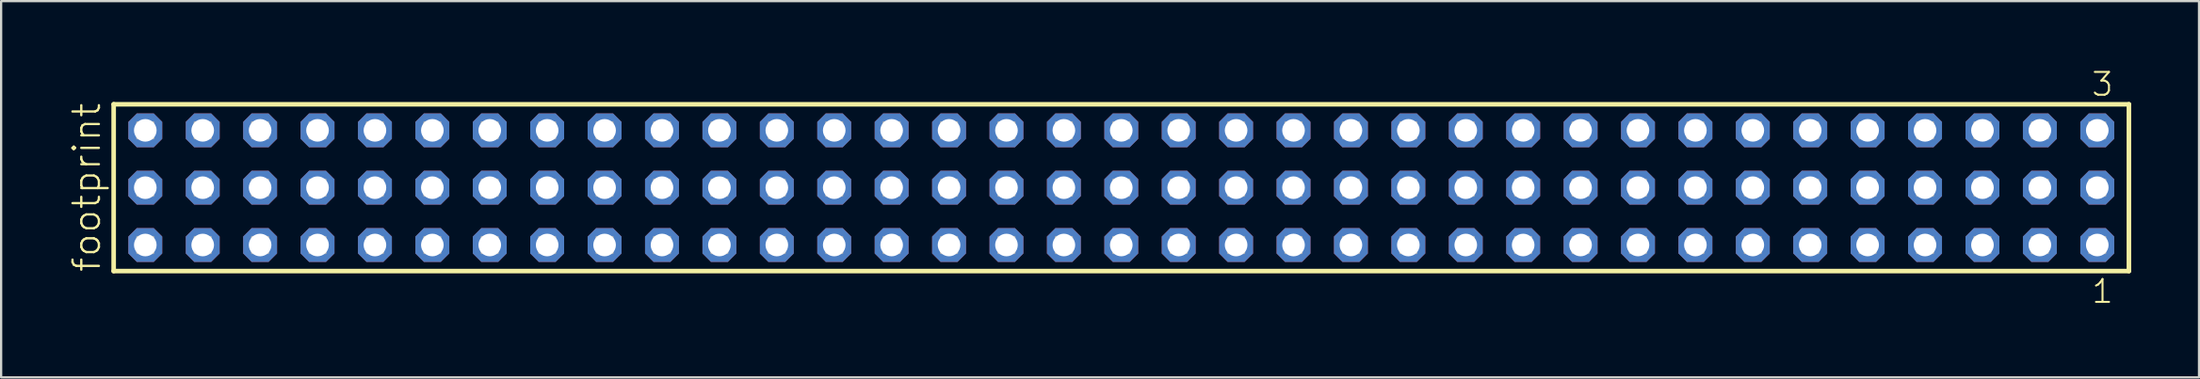
<source format=kicad_pcb>
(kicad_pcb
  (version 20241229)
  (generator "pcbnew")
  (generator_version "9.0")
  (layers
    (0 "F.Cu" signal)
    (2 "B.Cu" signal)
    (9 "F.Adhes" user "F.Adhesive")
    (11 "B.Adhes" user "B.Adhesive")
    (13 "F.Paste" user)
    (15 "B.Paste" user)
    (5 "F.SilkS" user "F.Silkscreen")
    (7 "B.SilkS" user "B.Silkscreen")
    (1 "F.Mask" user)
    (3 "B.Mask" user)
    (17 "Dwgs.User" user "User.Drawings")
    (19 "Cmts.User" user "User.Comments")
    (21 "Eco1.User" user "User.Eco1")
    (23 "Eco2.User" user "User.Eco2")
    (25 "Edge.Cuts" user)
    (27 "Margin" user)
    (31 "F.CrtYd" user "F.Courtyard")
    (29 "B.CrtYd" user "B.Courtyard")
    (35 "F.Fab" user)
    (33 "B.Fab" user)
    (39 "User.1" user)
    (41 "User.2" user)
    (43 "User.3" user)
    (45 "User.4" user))
  (footprint "footprint"
    (layer "F.Cu")
    (at 46.558 5.265)
    (property "Reference" "footprint" (at -45.085 3.81 90) (layer "F.SilkS") (effects (font (size 1.168 1.168) (thickness 0.102)) (justify left bottom)))
    (fp_line (start -44.579 -3.695) (end 44.579 -3.695) (stroke (width 0.203) (type solid)) (layer "F.SilkS"))
    (fp_line (start -44.579 3.695) (end -44.579 -3.695) (stroke (width 0.203) (type solid)) (layer "F.SilkS"))
    (fp_line (start 44.579 -3.695) (end 44.579 3.695) (stroke (width 0.203) (type solid)) (layer "F.SilkS"))
    (fp_line (start 44.579 3.695) (end -44.579 3.695) (stroke (width 0.203) (type solid)) (layer "F.SilkS"))
    (fp_poly (pts (xy -43.53 -2.19) (xy -42.83 -2.19) (xy -42.83 -2.89) (xy -43.53 -2.89)) (stroke (width 0.1) (type solid)) (fill no) (layer "F.Fab"))
    (fp_poly (pts (xy -43.53 0.35) (xy -42.83 0.35) (xy -42.83 -0.35) (xy -43.53 -0.35)) (stroke (width 0.1) (type solid)) (fill no) (layer "F.Fab"))
    (fp_poly (pts (xy -43.53 2.89) (xy -42.83 2.89) (xy -42.83 2.19) (xy -43.53 2.19)) (stroke (width 0.1) (type solid)) (fill no) (layer "F.Fab"))
    (fp_poly (pts (xy -40.99 -2.19) (xy -40.29 -2.19) (xy -40.29 -2.89) (xy -40.99 -2.89)) (stroke (width 0.1) (type solid)) (fill no) (layer "F.Fab"))
    (fp_poly (pts (xy -40.99 0.35) (xy -40.29 0.35) (xy -40.29 -0.35) (xy -40.99 -0.35)) (stroke (width 0.1) (type solid)) (fill no) (layer "F.Fab"))
    (fp_poly (pts (xy -40.99 2.89) (xy -40.29 2.89) (xy -40.29 2.19) (xy -40.99 2.19)) (stroke (width 0.1) (type solid)) (fill no) (layer "F.Fab"))
    (fp_poly (pts (xy -38.45 -2.19) (xy -37.75 -2.19) (xy -37.75 -2.89) (xy -38.45 -2.89)) (stroke (width 0.1) (type solid)) (fill no) (layer "F.Fab"))
    (fp_poly (pts (xy -38.45 0.35) (xy -37.75 0.35) (xy -37.75 -0.35) (xy -38.45 -0.35)) (stroke (width 0.1) (type solid)) (fill no) (layer "F.Fab"))
    (fp_poly (pts (xy -38.45 2.89) (xy -37.75 2.89) (xy -37.75 2.19) (xy -38.45 2.19)) (stroke (width 0.1) (type solid)) (fill no) (layer "F.Fab"))
    (fp_poly (pts (xy -35.91 -2.19) (xy -35.21 -2.19) (xy -35.21 -2.89) (xy -35.91 -2.89)) (stroke (width 0.1) (type solid)) (fill no) (layer "F.Fab"))
    (fp_poly (pts (xy -35.91 0.35) (xy -35.21 0.35) (xy -35.21 -0.35) (xy -35.91 -0.35)) (stroke (width 0.1) (type solid)) (fill no) (layer "F.Fab"))
    (fp_poly (pts (xy -35.91 2.89) (xy -35.21 2.89) (xy -35.21 2.19) (xy -35.91 2.19)) (stroke (width 0.1) (type solid)) (fill no) (layer "F.Fab"))
    (fp_poly (pts (xy -33.37 -2.19) (xy -32.67 -2.19) (xy -32.67 -2.89) (xy -33.37 -2.89)) (stroke (width 0.1) (type solid)) (fill no) (layer "F.Fab"))
    (fp_poly (pts (xy -33.37 0.35) (xy -32.67 0.35) (xy -32.67 -0.35) (xy -33.37 -0.35)) (stroke (width 0.1) (type solid)) (fill no) (layer "F.Fab"))
    (fp_poly (pts (xy -33.37 2.89) (xy -32.67 2.89) (xy -32.67 2.19) (xy -33.37 2.19)) (stroke (width 0.1) (type solid)) (fill no) (layer "F.Fab"))
    (fp_poly (pts (xy -30.83 -2.19) (xy -30.13 -2.19) (xy -30.13 -2.89) (xy -30.83 -2.89)) (stroke (width 0.1) (type solid)) (fill no) (layer "F.Fab"))
    (fp_poly (pts (xy -30.83 0.35) (xy -30.13 0.35) (xy -30.13 -0.35) (xy -30.83 -0.35)) (stroke (width 0.1) (type solid)) (fill no) (layer "F.Fab"))
    (fp_poly (pts (xy -30.83 2.89) (xy -30.13 2.89) (xy -30.13 2.19) (xy -30.83 2.19)) (stroke (width 0.1) (type solid)) (fill no) (layer "F.Fab"))
    (fp_poly (pts (xy -28.29 -2.19) (xy -27.59 -2.19) (xy -27.59 -2.89) (xy -28.29 -2.89)) (stroke (width 0.1) (type solid)) (fill no) (layer "F.Fab"))
    (fp_poly (pts (xy -28.29 0.35) (xy -27.59 0.35) (xy -27.59 -0.35) (xy -28.29 -0.35)) (stroke (width 0.1) (type solid)) (fill no) (layer "F.Fab"))
    (fp_poly (pts (xy -28.29 2.89) (xy -27.59 2.89) (xy -27.59 2.19) (xy -28.29 2.19)) (stroke (width 0.1) (type solid)) (fill no) (layer "F.Fab"))
    (fp_poly (pts (xy -25.75 -2.19) (xy -25.05 -2.19) (xy -25.05 -2.89) (xy -25.75 -2.89)) (stroke (width 0.1) (type solid)) (fill no) (layer "F.Fab"))
    (fp_poly (pts (xy -25.75 0.35) (xy -25.05 0.35) (xy -25.05 -0.35) (xy -25.75 -0.35)) (stroke (width 0.1) (type solid)) (fill no) (layer "F.Fab"))
    (fp_poly (pts (xy -25.75 2.89) (xy -25.05 2.89) (xy -25.05 2.19) (xy -25.75 2.19)) (stroke (width 0.1) (type solid)) (fill no) (layer "F.Fab"))
    (fp_poly (pts (xy -23.21 -2.19) (xy -22.51 -2.19) (xy -22.51 -2.89) (xy -23.21 -2.89)) (stroke (width 0.1) (type solid)) (fill no) (layer "F.Fab"))
    (fp_poly (pts (xy -23.21 0.35) (xy -22.51 0.35) (xy -22.51 -0.35) (xy -23.21 -0.35)) (stroke (width 0.1) (type solid)) (fill no) (layer "F.Fab"))
    (fp_poly (pts (xy -23.21 2.89) (xy -22.51 2.89) (xy -22.51 2.19) (xy -23.21 2.19)) (stroke (width 0.1) (type solid)) (fill no) (layer "F.Fab"))
    (fp_poly (pts (xy -20.67 -2.19) (xy -19.97 -2.19) (xy -19.97 -2.89) (xy -20.67 -2.89)) (stroke (width 0.1) (type solid)) (fill no) (layer "F.Fab"))
    (fp_poly (pts (xy -20.67 0.35) (xy -19.97 0.35) (xy -19.97 -0.35) (xy -20.67 -0.35)) (stroke (width 0.1) (type solid)) (fill no) (layer "F.Fab"))
    (fp_poly (pts (xy -20.67 2.89) (xy -19.97 2.89) (xy -19.97 2.19) (xy -20.67 2.19)) (stroke (width 0.1) (type solid)) (fill no) (layer "F.Fab"))
    (fp_poly (pts (xy -18.13 -2.19) (xy -17.43 -2.19) (xy -17.43 -2.89) (xy -18.13 -2.89)) (stroke (width 0.1) (type solid)) (fill no) (layer "F.Fab"))
    (fp_poly (pts (xy -18.13 0.35) (xy -17.43 0.35) (xy -17.43 -0.35) (xy -18.13 -0.35)) (stroke (width 0.1) (type solid)) (fill no) (layer "F.Fab"))
    (fp_poly (pts (xy -18.13 2.89) (xy -17.43 2.89) (xy -17.43 2.19) (xy -18.13 2.19)) (stroke (width 0.1) (type solid)) (fill no) (layer "F.Fab"))
    (fp_poly (pts (xy -15.59 -2.19) (xy -14.89 -2.19) (xy -14.89 -2.89) (xy -15.59 -2.89)) (stroke (width 0.1) (type solid)) (fill no) (layer "F.Fab"))
    (fp_poly (pts (xy -15.59 0.35) (xy -14.89 0.35) (xy -14.89 -0.35) (xy -15.59 -0.35)) (stroke (width 0.1) (type solid)) (fill no) (layer "F.Fab"))
    (fp_poly (pts (xy -15.59 2.89) (xy -14.89 2.89) (xy -14.89 2.19) (xy -15.59 2.19)) (stroke (width 0.1) (type solid)) (fill no) (layer "F.Fab"))
    (fp_poly (pts (xy -13.05 -2.19) (xy -12.35 -2.19) (xy -12.35 -2.89) (xy -13.05 -2.89)) (stroke (width 0.1) (type solid)) (fill no) (layer "F.Fab"))
    (fp_poly (pts (xy -13.05 0.35) (xy -12.35 0.35) (xy -12.35 -0.35) (xy -13.05 -0.35)) (stroke (width 0.1) (type solid)) (fill no) (layer "F.Fab"))
    (fp_poly (pts (xy -13.05 2.89) (xy -12.35 2.89) (xy -12.35 2.19) (xy -13.05 2.19)) (stroke (width 0.1) (type solid)) (fill no) (layer "F.Fab"))
    (fp_poly (pts (xy -10.51 -2.19) (xy -9.81 -2.19) (xy -9.81 -2.89) (xy -10.51 -2.89)) (stroke (width 0.1) (type solid)) (fill no) (layer "F.Fab"))
    (fp_poly (pts (xy -10.51 0.35) (xy -9.81 0.35) (xy -9.81 -0.35) (xy -10.51 -0.35)) (stroke (width 0.1) (type solid)) (fill no) (layer "F.Fab"))
    (fp_poly (pts (xy -10.51 2.89) (xy -9.81 2.89) (xy -9.81 2.19) (xy -10.51 2.19)) (stroke (width 0.1) (type solid)) (fill no) (layer "F.Fab"))
    (fp_poly (pts (xy -7.97 -2.19) (xy -7.27 -2.19) (xy -7.27 -2.89) (xy -7.97 -2.89)) (stroke (width 0.1) (type solid)) (fill no) (layer "F.Fab"))
    (fp_poly (pts (xy -7.97 0.35) (xy -7.27 0.35) (xy -7.27 -0.35) (xy -7.97 -0.35)) (stroke (width 0.1) (type solid)) (fill no) (layer "F.Fab"))
    (fp_poly (pts (xy -7.97 2.89) (xy -7.27 2.89) (xy -7.27 2.19) (xy -7.97 2.19)) (stroke (width 0.1) (type solid)) (fill no) (layer "F.Fab"))
    (fp_poly (pts (xy -5.43 -2.19) (xy -4.73 -2.19) (xy -4.73 -2.89) (xy -5.43 -2.89)) (stroke (width 0.1) (type solid)) (fill no) (layer "F.Fab"))
    (fp_poly (pts (xy -5.43 0.35) (xy -4.73 0.35) (xy -4.73 -0.35) (xy -5.43 -0.35)) (stroke (width 0.1) (type solid)) (fill no) (layer "F.Fab"))
    (fp_poly (pts (xy -5.43 2.89) (xy -4.73 2.89) (xy -4.73 2.19) (xy -5.43 2.19)) (stroke (width 0.1) (type solid)) (fill no) (layer "F.Fab"))
    (fp_poly (pts (xy -2.89 -2.19) (xy -2.19 -2.19) (xy -2.19 -2.89) (xy -2.89 -2.89)) (stroke (width 0.1) (type solid)) (fill no) (layer "F.Fab"))
    (fp_poly (pts (xy -2.89 0.35) (xy -2.19 0.35) (xy -2.19 -0.35) (xy -2.89 -0.35)) (stroke (width 0.1) (type solid)) (fill no) (layer "F.Fab"))
    (fp_poly (pts (xy -2.89 2.89) (xy -2.19 2.89) (xy -2.19 2.19) (xy -2.89 2.19)) (stroke (width 0.1) (type solid)) (fill no) (layer "F.Fab"))
    (fp_poly (pts (xy -0.35 -2.19) (xy 0.35 -2.19) (xy 0.35 -2.89) (xy -0.35 -2.89)) (stroke (width 0.1) (type solid)) (fill no) (layer "F.Fab"))
    (fp_poly (pts (xy -0.35 0.35) (xy 0.35 0.35) (xy 0.35 -0.35) (xy -0.35 -0.35)) (stroke (width 0.1) (type solid)) (fill no) (layer "F.Fab"))
    (fp_poly (pts (xy -0.35 2.89) (xy 0.35 2.89) (xy 0.35 2.19) (xy -0.35 2.19)) (stroke (width 0.1) (type solid)) (fill no) (layer "F.Fab"))
    (fp_poly (pts (xy 2.19 -2.19) (xy 2.89 -2.19) (xy 2.89 -2.89) (xy 2.19 -2.89)) (stroke (width 0.1) (type solid)) (fill no) (layer "F.Fab"))
    (fp_poly (pts (xy 2.19 0.35) (xy 2.89 0.35) (xy 2.89 -0.35) (xy 2.19 -0.35)) (stroke (width 0.1) (type solid)) (fill no) (layer "F.Fab"))
    (fp_poly (pts (xy 2.19 2.89) (xy 2.89 2.89) (xy 2.89 2.19) (xy 2.19 2.19)) (stroke (width 0.1) (type solid)) (fill no) (layer "F.Fab"))
    (fp_poly (pts (xy 4.73 -2.19) (xy 5.43 -2.19) (xy 5.43 -2.89) (xy 4.73 -2.89)) (stroke (width 0.1) (type solid)) (fill no) (layer "F.Fab"))
    (fp_poly (pts (xy 4.73 0.35) (xy 5.43 0.35) (xy 5.43 -0.35) (xy 4.73 -0.35)) (stroke (width 0.1) (type solid)) (fill no) (layer "F.Fab"))
    (fp_poly (pts (xy 4.73 2.89) (xy 5.43 2.89) (xy 5.43 2.19) (xy 4.73 2.19)) (stroke (width 0.1) (type solid)) (fill no) (layer "F.Fab"))
    (fp_poly (pts (xy 7.27 -2.19) (xy 7.97 -2.19) (xy 7.97 -2.89) (xy 7.27 -2.89)) (stroke (width 0.1) (type solid)) (fill no) (layer "F.Fab"))
    (fp_poly (pts (xy 7.27 0.35) (xy 7.97 0.35) (xy 7.97 -0.35) (xy 7.27 -0.35)) (stroke (width 0.1) (type solid)) (fill no) (layer "F.Fab"))
    (fp_poly (pts (xy 7.27 2.89) (xy 7.97 2.89) (xy 7.97 2.19) (xy 7.27 2.19)) (stroke (width 0.1) (type solid)) (fill no) (layer "F.Fab"))
    (fp_poly (pts (xy 9.81 -2.19) (xy 10.51 -2.19) (xy 10.51 -2.89) (xy 9.81 -2.89)) (stroke (width 0.1) (type solid)) (fill no) (layer "F.Fab"))
    (fp_poly (pts (xy 9.81 0.35) (xy 10.51 0.35) (xy 10.51 -0.35) (xy 9.81 -0.35)) (stroke (width 0.1) (type solid)) (fill no) (layer "F.Fab"))
    (fp_poly (pts (xy 9.81 2.89) (xy 10.51 2.89) (xy 10.51 2.19) (xy 9.81 2.19)) (stroke (width 0.1) (type solid)) (fill no) (layer "F.Fab"))
    (fp_poly (pts (xy 12.35 -2.19) (xy 13.05 -2.19) (xy 13.05 -2.89) (xy 12.35 -2.89)) (stroke (width 0.1) (type solid)) (fill no) (layer "F.Fab"))
    (fp_poly (pts (xy 12.35 0.35) (xy 13.05 0.35) (xy 13.05 -0.35) (xy 12.35 -0.35)) (stroke (width 0.1) (type solid)) (fill no) (layer "F.Fab"))
    (fp_poly (pts (xy 12.35 2.89) (xy 13.05 2.89) (xy 13.05 2.19) (xy 12.35 2.19)) (stroke (width 0.1) (type solid)) (fill no) (layer "F.Fab"))
    (fp_poly (pts (xy 14.89 -2.19) (xy 15.59 -2.19) (xy 15.59 -2.89) (xy 14.89 -2.89)) (stroke (width 0.1) (type solid)) (fill no) (layer "F.Fab"))
    (fp_poly (pts (xy 14.89 0.35) (xy 15.59 0.35) (xy 15.59 -0.35) (xy 14.89 -0.35)) (stroke (width 0.1) (type solid)) (fill no) (layer "F.Fab"))
    (fp_poly (pts (xy 14.89 2.89) (xy 15.59 2.89) (xy 15.59 2.19) (xy 14.89 2.19)) (stroke (width 0.1) (type solid)) (fill no) (layer "F.Fab"))
    (fp_poly (pts (xy 17.43 -2.19) (xy 18.13 -2.19) (xy 18.13 -2.89) (xy 17.43 -2.89)) (stroke (width 0.1) (type solid)) (fill no) (layer "F.Fab"))
    (fp_poly (pts (xy 17.43 0.35) (xy 18.13 0.35) (xy 18.13 -0.35) (xy 17.43 -0.35)) (stroke (width 0.1) (type solid)) (fill no) (layer "F.Fab"))
    (fp_poly (pts (xy 17.43 2.89) (xy 18.13 2.89) (xy 18.13 2.19) (xy 17.43 2.19)) (stroke (width 0.1) (type solid)) (fill no) (layer "F.Fab"))
    (fp_poly (pts (xy 19.97 -2.19) (xy 20.67 -2.19) (xy 20.67 -2.89) (xy 19.97 -2.89)) (stroke (width 0.1) (type solid)) (fill no) (layer "F.Fab"))
    (fp_poly (pts (xy 19.97 0.35) (xy 20.67 0.35) (xy 20.67 -0.35) (xy 19.97 -0.35)) (stroke (width 0.1) (type solid)) (fill no) (layer "F.Fab"))
    (fp_poly (pts (xy 19.97 2.89) (xy 20.67 2.89) (xy 20.67 2.19) (xy 19.97 2.19)) (stroke (width 0.1) (type solid)) (fill no) (layer "F.Fab"))
    (fp_poly (pts (xy 22.51 -2.19) (xy 23.21 -2.19) (xy 23.21 -2.89) (xy 22.51 -2.89)) (stroke (width 0.1) (type solid)) (fill no) (layer "F.Fab"))
    (fp_poly (pts (xy 22.51 0.35) (xy 23.21 0.35) (xy 23.21 -0.35) (xy 22.51 -0.35)) (stroke (width 0.1) (type solid)) (fill no) (layer "F.Fab"))
    (fp_poly (pts (xy 22.51 2.89) (xy 23.21 2.89) (xy 23.21 2.19) (xy 22.51 2.19)) (stroke (width 0.1) (type solid)) (fill no) (layer "F.Fab"))
    (fp_poly (pts (xy 25.05 -2.19) (xy 25.75 -2.19) (xy 25.75 -2.89) (xy 25.05 -2.89)) (stroke (width 0.1) (type solid)) (fill no) (layer "F.Fab"))
    (fp_poly (pts (xy 25.05 0.35) (xy 25.75 0.35) (xy 25.75 -0.35) (xy 25.05 -0.35)) (stroke (width 0.1) (type solid)) (fill no) (layer "F.Fab"))
    (fp_poly (pts (xy 25.05 2.89) (xy 25.75 2.89) (xy 25.75 2.19) (xy 25.05 2.19)) (stroke (width 0.1) (type solid)) (fill no) (layer "F.Fab"))
    (fp_poly (pts (xy 27.59 -2.19) (xy 28.29 -2.19) (xy 28.29 -2.89) (xy 27.59 -2.89)) (stroke (width 0.1) (type solid)) (fill no) (layer "F.Fab"))
    (fp_poly (pts (xy 27.59 0.35) (xy 28.29 0.35) (xy 28.29 -0.35) (xy 27.59 -0.35)) (stroke (width 0.1) (type solid)) (fill no) (layer "F.Fab"))
    (fp_poly (pts (xy 27.59 2.89) (xy 28.29 2.89) (xy 28.29 2.19) (xy 27.59 2.19)) (stroke (width 0.1) (type solid)) (fill no) (layer "F.Fab"))
    (fp_poly (pts (xy 30.13 -2.19) (xy 30.83 -2.19) (xy 30.83 -2.89) (xy 30.13 -2.89)) (stroke (width 0.1) (type solid)) (fill no) (layer "F.Fab"))
    (fp_poly (pts (xy 30.13 0.35) (xy 30.83 0.35) (xy 30.83 -0.35) (xy 30.13 -0.35)) (stroke (width 0.1) (type solid)) (fill no) (layer "F.Fab"))
    (fp_poly (pts (xy 30.13 2.89) (xy 30.83 2.89) (xy 30.83 2.19) (xy 30.13 2.19)) (stroke (width 0.1) (type solid)) (fill no) (layer "F.Fab"))
    (fp_poly (pts (xy 32.67 -2.19) (xy 33.37 -2.19) (xy 33.37 -2.89) (xy 32.67 -2.89)) (stroke (width 0.1) (type solid)) (fill no) (layer "F.Fab"))
    (fp_poly (pts (xy 32.67 0.35) (xy 33.37 0.35) (xy 33.37 -0.35) (xy 32.67 -0.35)) (stroke (width 0.1) (type solid)) (fill no) (layer "F.Fab"))
    (fp_poly (pts (xy 32.67 2.89) (xy 33.37 2.89) (xy 33.37 2.19) (xy 32.67 2.19)) (stroke (width 0.1) (type solid)) (fill no) (layer "F.Fab"))
    (fp_poly (pts (xy 35.21 -2.19) (xy 35.91 -2.19) (xy 35.91 -2.89) (xy 35.21 -2.89)) (stroke (width 0.1) (type solid)) (fill no) (layer "F.Fab"))
    (fp_poly (pts (xy 35.21 0.35) (xy 35.91 0.35) (xy 35.91 -0.35) (xy 35.21 -0.35)) (stroke (width 0.1) (type solid)) (fill no) (layer "F.Fab"))
    (fp_poly (pts (xy 35.21 2.89) (xy 35.91 2.89) (xy 35.91 2.19) (xy 35.21 2.19)) (stroke (width 0.1) (type solid)) (fill no) (layer "F.Fab"))
    (fp_poly (pts (xy 37.75 -2.19) (xy 38.45 -2.19) (xy 38.45 -2.89) (xy 37.75 -2.89)) (stroke (width 0.1) (type solid)) (fill no) (layer "F.Fab"))
    (fp_poly (pts (xy 37.75 0.35) (xy 38.45 0.35) (xy 38.45 -0.35) (xy 37.75 -0.35)) (stroke (width 0.1) (type solid)) (fill no) (layer "F.Fab"))
    (fp_poly (pts (xy 37.75 2.89) (xy 38.45 2.89) (xy 38.45 2.19) (xy 37.75 2.19)) (stroke (width 0.1) (type solid)) (fill no) (layer "F.Fab"))
    (fp_poly (pts (xy 40.29 -2.19) (xy 40.99 -2.19) (xy 40.99 -2.89) (xy 40.29 -2.89)) (stroke (width 0.1) (type solid)) (fill no) (layer "F.Fab"))
    (fp_poly (pts (xy 40.29 0.35) (xy 40.99 0.35) (xy 40.99 -0.35) (xy 40.29 -0.35)) (stroke (width 0.1) (type solid)) (fill no) (layer "F.Fab"))
    (fp_poly (pts (xy 40.29 2.89) (xy 40.99 2.89) (xy 40.99 2.19) (xy 40.29 2.19)) (stroke (width 0.1) (type solid)) (fill no) (layer "F.Fab"))
    (fp_poly (pts (xy 42.83 -2.19) (xy 43.53 -2.19) (xy 43.53 -2.89) (xy 42.83 -2.89)) (stroke (width 0.1) (type solid)) (fill no) (layer "F.Fab"))
    (fp_poly (pts (xy 42.83 0.35) (xy 43.53 0.35) (xy 43.53 -0.35) (xy 42.83 -0.35)) (stroke (width 0.1) (type solid)) (fill no) (layer "F.Fab"))
    (fp_poly (pts (xy 42.83 2.89) (xy 43.53 2.89) (xy 43.53 2.19) (xy 42.83 2.19)) (stroke (width 0.1) (type solid)) (fill no) (layer "F.Fab"))
    (fp_text user "3" (at 42.868 -3.989 0) (layer "F.SilkS") (effects (font (size 1.012 1.012) (thickness 0.088)) (justify left bottom)))
    (fp_text user "1" (at 42.872 5.188 0) (layer "F.SilkS") (effects (font (size 1.012 1.012) (thickness 0.088)) (justify left bottom)))
    (pad "1" thru_hole roundrect (at 43.18 2.54 180) (size 1.5 1.5) (drill 1) (layers "*.Cu" "*.Mask") (roundrect_rratio 0.25) (chamfer_ratio 0.25) (chamfer top_left top_right bottom_left bottom_right))
    (pad "2" thru_hole roundrect (at 43.18 0 180) (size 1.5 1.5) (drill 1) (layers "*.Cu" "*.Mask") (roundrect_rratio 0.25) (chamfer_ratio 0.25) (chamfer top_left top_right bottom_left bottom_right))
    (pad "3" thru_hole roundrect (at 43.18 -2.54 180) (size 1.5 1.5) (drill 1) (layers "*.Cu" "*.Mask") (roundrect_rratio 0.25) (chamfer_ratio 0.25) (chamfer top_left top_right bottom_left bottom_right))
    (pad "4" thru_hole roundrect (at 40.64 2.54 180) (size 1.5 1.5) (drill 1) (layers "*.Cu" "*.Mask") (roundrect_rratio 0.25) (chamfer_ratio 0.25) (chamfer top_left top_right bottom_left bottom_right))
    (pad "5" thru_hole roundrect (at 40.64 0 180) (size 1.5 1.5) (drill 1) (layers "*.Cu" "*.Mask") (roundrect_rratio 0.25) (chamfer_ratio 0.25) (chamfer top_left top_right bottom_left bottom_right))
    (pad "6" thru_hole roundrect (at 40.64 -2.54 180) (size 1.5 1.5) (drill 1) (layers "*.Cu" "*.Mask") (roundrect_rratio 0.25) (chamfer_ratio 0.25) (chamfer top_left top_right bottom_left bottom_right))
    (pad "7" thru_hole roundrect (at 38.1 2.54 180) (size 1.5 1.5) (drill 1) (layers "*.Cu" "*.Mask") (roundrect_rratio 0.25) (chamfer_ratio 0.25) (chamfer top_left top_right bottom_left bottom_right))
    (pad "8" thru_hole roundrect (at 38.1 0 180) (size 1.5 1.5) (drill 1) (layers "*.Cu" "*.Mask") (roundrect_rratio 0.25) (chamfer_ratio 0.25) (chamfer top_left top_right bottom_left bottom_right))
    (pad "9" thru_hole roundrect (at 38.1 -2.54 180) (size 1.5 1.5) (drill 1) (layers "*.Cu" "*.Mask") (roundrect_rratio 0.25) (chamfer_ratio 0.25) (chamfer top_left top_right bottom_left bottom_right))
    (pad "10" thru_hole roundrect (at 35.56 2.54 180) (size 1.5 1.5) (drill 1) (layers "*.Cu" "*.Mask") (roundrect_rratio 0.25) (chamfer_ratio 0.25) (chamfer top_left top_right bottom_left bottom_right))
    (pad "11" thru_hole roundrect (at 35.56 0 180) (size 1.5 1.5) (drill 1) (layers "*.Cu" "*.Mask") (roundrect_rratio 0.25) (chamfer_ratio 0.25) (chamfer top_left top_right bottom_left bottom_right))
    (pad "12" thru_hole roundrect (at 35.56 -2.54 180) (size 1.5 1.5) (drill 1) (layers "*.Cu" "*.Mask") (roundrect_rratio 0.25) (chamfer_ratio 0.25) (chamfer top_left top_right bottom_left bottom_right))
    (pad "13" thru_hole roundrect (at 33.02 2.54 180) (size 1.5 1.5) (drill 1) (layers "*.Cu" "*.Mask") (roundrect_rratio 0.25) (chamfer_ratio 0.25) (chamfer top_left top_right bottom_left bottom_right))
    (pad "14" thru_hole roundrect (at 33.02 0 180) (size 1.5 1.5) (drill 1) (layers "*.Cu" "*.Mask") (roundrect_rratio 0.25) (chamfer_ratio 0.25) (chamfer top_left top_right bottom_left bottom_right))
    (pad "15" thru_hole roundrect (at 33.02 -2.54 180) (size 1.5 1.5) (drill 1) (layers "*.Cu" "*.Mask") (roundrect_rratio 0.25) (chamfer_ratio 0.25) (chamfer top_left top_right bottom_left bottom_right))
    (pad "16" thru_hole roundrect (at 30.48 2.54 180) (size 1.5 1.5) (drill 1) (layers "*.Cu" "*.Mask") (roundrect_rratio 0.25) (chamfer_ratio 0.25) (chamfer top_left top_right bottom_left bottom_right))
    (pad "17" thru_hole roundrect (at 30.48 0 180) (size 1.5 1.5) (drill 1) (layers "*.Cu" "*.Mask") (roundrect_rratio 0.25) (chamfer_ratio 0.25) (chamfer top_left top_right bottom_left bottom_right))
    (pad "18" thru_hole roundrect (at 30.48 -2.54 180) (size 1.5 1.5) (drill 1) (layers "*.Cu" "*.Mask") (roundrect_rratio 0.25) (chamfer_ratio 0.25) (chamfer top_left top_right bottom_left bottom_right))
    (pad "19" thru_hole roundrect (at 27.94 2.54 180) (size 1.5 1.5) (drill 1) (layers "*.Cu" "*.Mask") (roundrect_rratio 0.25) (chamfer_ratio 0.25) (chamfer top_left top_right bottom_left bottom_right))
    (pad "20" thru_hole roundrect (at 27.94 0 180) (size 1.5 1.5) (drill 1) (layers "*.Cu" "*.Mask") (roundrect_rratio 0.25) (chamfer_ratio 0.25) (chamfer top_left top_right bottom_left bottom_right))
    (pad "21" thru_hole roundrect (at 27.94 -2.54 180) (size 1.5 1.5) (drill 1) (layers "*.Cu" "*.Mask") (roundrect_rratio 0.25) (chamfer_ratio 0.25) (chamfer top_left top_right bottom_left bottom_right))
    (pad "22" thru_hole roundrect (at 25.4 2.54 180) (size 1.5 1.5) (drill 1) (layers "*.Cu" "*.Mask") (roundrect_rratio 0.25) (chamfer_ratio 0.25) (chamfer top_left top_right bottom_left bottom_right))
    (pad "23" thru_hole roundrect (at 25.4 0 180) (size 1.5 1.5) (drill 1) (layers "*.Cu" "*.Mask") (roundrect_rratio 0.25) (chamfer_ratio 0.25) (chamfer top_left top_right bottom_left bottom_right))
    (pad "24" thru_hole roundrect (at 25.4 -2.54 180) (size 1.5 1.5) (drill 1) (layers "*.Cu" "*.Mask") (roundrect_rratio 0.25) (chamfer_ratio 0.25) (chamfer top_left top_right bottom_left bottom_right))
    (pad "25" thru_hole roundrect (at 22.86 2.54 180) (size 1.5 1.5) (drill 1) (layers "*.Cu" "*.Mask") (roundrect_rratio 0.25) (chamfer_ratio 0.25) (chamfer top_left top_right bottom_left bottom_right))
    (pad "26" thru_hole roundrect (at 22.86 0 180) (size 1.5 1.5) (drill 1) (layers "*.Cu" "*.Mask") (roundrect_rratio 0.25) (chamfer_ratio 0.25) (chamfer top_left top_right bottom_left bottom_right))
    (pad "27" thru_hole roundrect (at 22.86 -2.54 180) (size 1.5 1.5) (drill 1) (layers "*.Cu" "*.Mask") (roundrect_rratio 0.25) (chamfer_ratio 0.25) (chamfer top_left top_right bottom_left bottom_right))
    (pad "28" thru_hole roundrect (at 20.32 2.54 180) (size 1.5 1.5) (drill 1) (layers "*.Cu" "*.Mask") (roundrect_rratio 0.25) (chamfer_ratio 0.25) (chamfer top_left top_right bottom_left bottom_right))
    (pad "29" thru_hole roundrect (at 20.32 0 180) (size 1.5 1.5) (drill 1) (layers "*.Cu" "*.Mask") (roundrect_rratio 0.25) (chamfer_ratio 0.25) (chamfer top_left top_right bottom_left bottom_right))
    (pad "30" thru_hole roundrect (at 20.32 -2.54 180) (size 1.5 1.5) (drill 1) (layers "*.Cu" "*.Mask") (roundrect_rratio 0.25) (chamfer_ratio 0.25) (chamfer top_left top_right bottom_left bottom_right))
    (pad "31" thru_hole roundrect (at 17.78 2.54 180) (size 1.5 1.5) (drill 1) (layers "*.Cu" "*.Mask") (roundrect_rratio 0.25) (chamfer_ratio 0.25) (chamfer top_left top_right bottom_left bottom_right))
    (pad "32" thru_hole roundrect (at 17.78 0 180) (size 1.5 1.5) (drill 1) (layers "*.Cu" "*.Mask") (roundrect_rratio 0.25) (chamfer_ratio 0.25) (chamfer top_left top_right bottom_left bottom_right))
    (pad "33" thru_hole roundrect (at 17.78 -2.54 180) (size 1.5 1.5) (drill 1) (layers "*.Cu" "*.Mask") (roundrect_rratio 0.25) (chamfer_ratio 0.25) (chamfer top_left top_right bottom_left bottom_right))
    (pad "34" thru_hole roundrect (at 15.24 2.54 180) (size 1.5 1.5) (drill 1) (layers "*.Cu" "*.Mask") (roundrect_rratio 0.25) (chamfer_ratio 0.25) (chamfer top_left top_right bottom_left bottom_right))
    (pad "35" thru_hole roundrect (at 15.24 0 180) (size 1.5 1.5) (drill 1) (layers "*.Cu" "*.Mask") (roundrect_rratio 0.25) (chamfer_ratio 0.25) (chamfer top_left top_right bottom_left bottom_right))
    (pad "36" thru_hole roundrect (at 15.24 -2.54 180) (size 1.5 1.5) (drill 1) (layers "*.Cu" "*.Mask") (roundrect_rratio 0.25) (chamfer_ratio 0.25) (chamfer top_left top_right bottom_left bottom_right))
    (pad "37" thru_hole roundrect (at 12.7 2.54 180) (size 1.5 1.5) (drill 1) (layers "*.Cu" "*.Mask") (roundrect_rratio 0.25) (chamfer_ratio 0.25) (chamfer top_left top_right bottom_left bottom_right))
    (pad "38" thru_hole roundrect (at 12.7 0 180) (size 1.5 1.5) (drill 1) (layers "*.Cu" "*.Mask") (roundrect_rratio 0.25) (chamfer_ratio 0.25) (chamfer top_left top_right bottom_left bottom_right))
    (pad "39" thru_hole roundrect (at 12.7 -2.54 180) (size 1.5 1.5) (drill 1) (layers "*.Cu" "*.Mask") (roundrect_rratio 0.25) (chamfer_ratio 0.25) (chamfer top_left top_right bottom_left bottom_right))
    (pad "40" thru_hole roundrect (at 10.16 2.54 180) (size 1.5 1.5) (drill 1) (layers "*.Cu" "*.Mask") (roundrect_rratio 0.25) (chamfer_ratio 0.25) (chamfer top_left top_right bottom_left bottom_right))
    (pad "41" thru_hole roundrect (at 10.16 0 180) (size 1.5 1.5) (drill 1) (layers "*.Cu" "*.Mask") (roundrect_rratio 0.25) (chamfer_ratio 0.25) (chamfer top_left top_right bottom_left bottom_right))
    (pad "42" thru_hole roundrect (at 10.16 -2.54 180) (size 1.5 1.5) (drill 1) (layers "*.Cu" "*.Mask") (roundrect_rratio 0.25) (chamfer_ratio 0.25) (chamfer top_left top_right bottom_left bottom_right))
    (pad "43" thru_hole roundrect (at 7.62 2.54 180) (size 1.5 1.5) (drill 1) (layers "*.Cu" "*.Mask") (roundrect_rratio 0.25) (chamfer_ratio 0.25) (chamfer top_left top_right bottom_left bottom_right))
    (pad "44" thru_hole roundrect (at 7.62 0 180) (size 1.5 1.5) (drill 1) (layers "*.Cu" "*.Mask") (roundrect_rratio 0.25) (chamfer_ratio 0.25) (chamfer top_left top_right bottom_left bottom_right))
    (pad "45" thru_hole roundrect (at 7.62 -2.54 180) (size 1.5 1.5) (drill 1) (layers "*.Cu" "*.Mask") (roundrect_rratio 0.25) (chamfer_ratio 0.25) (chamfer top_left top_right bottom_left bottom_right))
    (pad "46" thru_hole roundrect (at 5.08 2.54 180) (size 1.5 1.5) (drill 1) (layers "*.Cu" "*.Mask") (roundrect_rratio 0.25) (chamfer_ratio 0.25) (chamfer top_left top_right bottom_left bottom_right))
    (pad "47" thru_hole roundrect (at 5.08 0 180) (size 1.5 1.5) (drill 1) (layers "*.Cu" "*.Mask") (roundrect_rratio 0.25) (chamfer_ratio 0.25) (chamfer top_left top_right bottom_left bottom_right))
    (pad "48" thru_hole roundrect (at 5.08 -2.54 180) (size 1.5 1.5) (drill 1) (layers "*.Cu" "*.Mask") (roundrect_rratio 0.25) (chamfer_ratio 0.25) (chamfer top_left top_right bottom_left bottom_right))
    (pad "49" thru_hole roundrect (at 2.54 2.54 180) (size 1.5 1.5) (drill 1) (layers "*.Cu" "*.Mask") (roundrect_rratio 0.25) (chamfer_ratio 0.25) (chamfer top_left top_right bottom_left bottom_right))
    (pad "50" thru_hole roundrect (at 2.54 0 180) (size 1.5 1.5) (drill 1) (layers "*.Cu" "*.Mask") (roundrect_rratio 0.25) (chamfer_ratio 0.25) (chamfer top_left top_right bottom_left bottom_right))
    (pad "51" thru_hole roundrect (at 2.54 -2.54 180) (size 1.5 1.5) (drill 1) (layers "*.Cu" "*.Mask") (roundrect_rratio 0.25) (chamfer_ratio 0.25) (chamfer top_left top_right bottom_left bottom_right))
    (pad "52" thru_hole roundrect (at 0 2.54 180) (size 1.5 1.5) (drill 1) (layers "*.Cu" "*.Mask") (roundrect_rratio 0.25) (chamfer_ratio 0.25) (chamfer top_left top_right bottom_left bottom_right))
    (pad "53" thru_hole roundrect (at 0 0 180) (size 1.5 1.5) (drill 1) (layers "*.Cu" "*.Mask") (roundrect_rratio 0.25) (chamfer_ratio 0.25) (chamfer top_left top_right bottom_left bottom_right))
    (pad "54" thru_hole roundrect (at 0 -2.54 180) (size 1.5 1.5) (drill 1) (layers "*.Cu" "*.Mask") (roundrect_rratio 0.25) (chamfer_ratio 0.25) (chamfer top_left top_right bottom_left bottom_right))
    (pad "55" thru_hole roundrect (at -2.54 2.54 180) (size 1.5 1.5) (drill 1) (layers "*.Cu" "*.Mask") (roundrect_rratio 0.25) (chamfer_ratio 0.25) (chamfer top_left top_right bottom_left bottom_right))
    (pad "56" thru_hole roundrect (at -2.54 0 180) (size 1.5 1.5) (drill 1) (layers "*.Cu" "*.Mask") (roundrect_rratio 0.25) (chamfer_ratio 0.25) (chamfer top_left top_right bottom_left bottom_right))
    (pad "57" thru_hole roundrect (at -2.54 -2.54 180) (size 1.5 1.5) (drill 1) (layers "*.Cu" "*.Mask") (roundrect_rratio 0.25) (chamfer_ratio 0.25) (chamfer top_left top_right bottom_left bottom_right))
    (pad "58" thru_hole roundrect (at -5.08 2.54 180) (size 1.5 1.5) (drill 1) (layers "*.Cu" "*.Mask") (roundrect_rratio 0.25) (chamfer_ratio 0.25) (chamfer top_left top_right bottom_left bottom_right))
    (pad "59" thru_hole roundrect (at -5.08 0 180) (size 1.5 1.5) (drill 1) (layers "*.Cu" "*.Mask") (roundrect_rratio 0.25) (chamfer_ratio 0.25) (chamfer top_left top_right bottom_left bottom_right))
    (pad "60" thru_hole roundrect (at -5.08 -2.54 180) (size 1.5 1.5) (drill 1) (layers "*.Cu" "*.Mask") (roundrect_rratio 0.25) (chamfer_ratio 0.25) (chamfer top_left top_right bottom_left bottom_right))
    (pad "61" thru_hole roundrect (at -7.62 2.54 180) (size 1.5 1.5) (drill 1) (layers "*.Cu" "*.Mask") (roundrect_rratio 0.25) (chamfer_ratio 0.25) (chamfer top_left top_right bottom_left bottom_right))
    (pad "62" thru_hole roundrect (at -7.62 0 180) (size 1.5 1.5) (drill 1) (layers "*.Cu" "*.Mask") (roundrect_rratio 0.25) (chamfer_ratio 0.25) (chamfer top_left top_right bottom_left bottom_right))
    (pad "63" thru_hole roundrect (at -7.62 -2.54 180) (size 1.5 1.5) (drill 1) (layers "*.Cu" "*.Mask") (roundrect_rratio 0.25) (chamfer_ratio 0.25) (chamfer top_left top_right bottom_left bottom_right))
    (pad "64" thru_hole roundrect (at -10.16 2.54 180) (size 1.5 1.5) (drill 1) (layers "*.Cu" "*.Mask") (roundrect_rratio 0.25) (chamfer_ratio 0.25) (chamfer top_left top_right bottom_left bottom_right))
    (pad "65" thru_hole roundrect (at -10.16 0 180) (size 1.5 1.5) (drill 1) (layers "*.Cu" "*.Mask") (roundrect_rratio 0.25) (chamfer_ratio 0.25) (chamfer top_left top_right bottom_left bottom_right))
    (pad "66" thru_hole roundrect (at -10.16 -2.54 180) (size 1.5 1.5) (drill 1) (layers "*.Cu" "*.Mask") (roundrect_rratio 0.25) (chamfer_ratio 0.25) (chamfer top_left top_right bottom_left bottom_right))
    (pad "67" thru_hole roundrect (at -12.7 2.54 180) (size 1.5 1.5) (drill 1) (layers "*.Cu" "*.Mask") (roundrect_rratio 0.25) (chamfer_ratio 0.25) (chamfer top_left top_right bottom_left bottom_right))
    (pad "68" thru_hole roundrect (at -12.7 0 180) (size 1.5 1.5) (drill 1) (layers "*.Cu" "*.Mask") (roundrect_rratio 0.25) (chamfer_ratio 0.25) (chamfer top_left top_right bottom_left bottom_right))
    (pad "69" thru_hole roundrect (at -12.7 -2.54 180) (size 1.5 1.5) (drill 1) (layers "*.Cu" "*.Mask") (roundrect_rratio 0.25) (chamfer_ratio 0.25) (chamfer top_left top_right bottom_left bottom_right))
    (pad "70" thru_hole roundrect (at -15.24 2.54 180) (size 1.5 1.5) (drill 1) (layers "*.Cu" "*.Mask") (roundrect_rratio 0.25) (chamfer_ratio 0.25) (chamfer top_left top_right bottom_left bottom_right))
    (pad "71" thru_hole roundrect (at -15.24 0 180) (size 1.5 1.5) (drill 1) (layers "*.Cu" "*.Mask") (roundrect_rratio 0.25) (chamfer_ratio 0.25) (chamfer top_left top_right bottom_left bottom_right))
    (pad "72" thru_hole roundrect (at -15.24 -2.54 180) (size 1.5 1.5) (drill 1) (layers "*.Cu" "*.Mask") (roundrect_rratio 0.25) (chamfer_ratio 0.25) (chamfer top_left top_right bottom_left bottom_right))
    (pad "73" thru_hole roundrect (at -17.78 2.54 180) (size 1.5 1.5) (drill 1) (layers "*.Cu" "*.Mask") (roundrect_rratio 0.25) (chamfer_ratio 0.25) (chamfer top_left top_right bottom_left bottom_right))
    (pad "74" thru_hole roundrect (at -17.78 0 180) (size 1.5 1.5) (drill 1) (layers "*.Cu" "*.Mask") (roundrect_rratio 0.25) (chamfer_ratio 0.25) (chamfer top_left top_right bottom_left bottom_right))
    (pad "75" thru_hole roundrect (at -17.78 -2.54 180) (size 1.5 1.5) (drill 1) (layers "*.Cu" "*.Mask") (roundrect_rratio 0.25) (chamfer_ratio 0.25) (chamfer top_left top_right bottom_left bottom_right))
    (pad "76" thru_hole roundrect (at -20.32 2.54 180) (size 1.5 1.5) (drill 1) (layers "*.Cu" "*.Mask") (roundrect_rratio 0.25) (chamfer_ratio 0.25) (chamfer top_left top_right bottom_left bottom_right))
    (pad "77" thru_hole roundrect (at -20.32 0 180) (size 1.5 1.5) (drill 1) (layers "*.Cu" "*.Mask") (roundrect_rratio 0.25) (chamfer_ratio 0.25) (chamfer top_left top_right bottom_left bottom_right))
    (pad "78" thru_hole roundrect (at -20.32 -2.54 180) (size 1.5 1.5) (drill 1) (layers "*.Cu" "*.Mask") (roundrect_rratio 0.25) (chamfer_ratio 0.25) (chamfer top_left top_right bottom_left bottom_right))
    (pad "79" thru_hole roundrect (at -22.86 2.54 180) (size 1.5 1.5) (drill 1) (layers "*.Cu" "*.Mask") (roundrect_rratio 0.25) (chamfer_ratio 0.25) (chamfer top_left top_right bottom_left bottom_right))
    (pad "80" thru_hole roundrect (at -22.86 0 180) (size 1.5 1.5) (drill 1) (layers "*.Cu" "*.Mask") (roundrect_rratio 0.25) (chamfer_ratio 0.25) (chamfer top_left top_right bottom_left bottom_right))
    (pad "81" thru_hole roundrect (at -22.86 -2.54 180) (size 1.5 1.5) (drill 1) (layers "*.Cu" "*.Mask") (roundrect_rratio 0.25) (chamfer_ratio 0.25) (chamfer top_left top_right bottom_left bottom_right))
    (pad "82" thru_hole roundrect (at -25.4 2.54 180) (size 1.5 1.5) (drill 1) (layers "*.Cu" "*.Mask") (roundrect_rratio 0.25) (chamfer_ratio 0.25) (chamfer top_left top_right bottom_left bottom_right))
    (pad "83" thru_hole roundrect (at -25.4 0 180) (size 1.5 1.5) (drill 1) (layers "*.Cu" "*.Mask") (roundrect_rratio 0.25) (chamfer_ratio 0.25) (chamfer top_left top_right bottom_left bottom_right))
    (pad "84" thru_hole roundrect (at -25.4 -2.54 180) (size 1.5 1.5) (drill 1) (layers "*.Cu" "*.Mask") (roundrect_rratio 0.25) (chamfer_ratio 0.25) (chamfer top_left top_right bottom_left bottom_right))
    (pad "85" thru_hole roundrect (at -27.94 2.54 180) (size 1.5 1.5) (drill 1) (layers "*.Cu" "*.Mask") (roundrect_rratio 0.25) (chamfer_ratio 0.25) (chamfer top_left top_right bottom_left bottom_right))
    (pad "86" thru_hole roundrect (at -27.94 0 180) (size 1.5 1.5) (drill 1) (layers "*.Cu" "*.Mask") (roundrect_rratio 0.25) (chamfer_ratio 0.25) (chamfer top_left top_right bottom_left bottom_right))
    (pad "87" thru_hole roundrect (at -27.94 -2.54 180) (size 1.5 1.5) (drill 1) (layers "*.Cu" "*.Mask") (roundrect_rratio 0.25) (chamfer_ratio 0.25) (chamfer top_left top_right bottom_left bottom_right))
    (pad "88" thru_hole roundrect (at -30.48 2.54 180) (size 1.5 1.5) (drill 1) (layers "*.Cu" "*.Mask") (roundrect_rratio 0.25) (chamfer_ratio 0.25) (chamfer top_left top_right bottom_left bottom_right))
    (pad "89" thru_hole roundrect (at -30.48 0 180) (size 1.5 1.5) (drill 1) (layers "*.Cu" "*.Mask") (roundrect_rratio 0.25) (chamfer_ratio 0.25) (chamfer top_left top_right bottom_left bottom_right))
    (pad "90" thru_hole roundrect (at -30.48 -2.54 180) (size 1.5 1.5) (drill 1) (layers "*.Cu" "*.Mask") (roundrect_rratio 0.25) (chamfer_ratio 0.25) (chamfer top_left top_right bottom_left bottom_right))
    (pad "91" thru_hole roundrect (at -33.02 2.54 180) (size 1.5 1.5) (drill 1) (layers "*.Cu" "*.Mask") (roundrect_rratio 0.25) (chamfer_ratio 0.25) (chamfer top_left top_right bottom_left bottom_right))
    (pad "92" thru_hole roundrect (at -33.02 0 180) (size 1.5 1.5) (drill 1) (layers "*.Cu" "*.Mask") (roundrect_rratio 0.25) (chamfer_ratio 0.25) (chamfer top_left top_right bottom_left bottom_right))
    (pad "93" thru_hole roundrect (at -33.02 -2.54 180) (size 1.5 1.5) (drill 1) (layers "*.Cu" "*.Mask") (roundrect_rratio 0.25) (chamfer_ratio 0.25) (chamfer top_left top_right bottom_left bottom_right))
    (pad "94" thru_hole roundrect (at -35.56 2.54 180) (size 1.5 1.5) (drill 1) (layers "*.Cu" "*.Mask") (roundrect_rratio 0.25) (chamfer_ratio 0.25) (chamfer top_left top_right bottom_left bottom_right))
    (pad "95" thru_hole roundrect (at -35.56 0 180) (size 1.5 1.5) (drill 1) (layers "*.Cu" "*.Mask") (roundrect_rratio 0.25) (chamfer_ratio 0.25) (chamfer top_left top_right bottom_left bottom_right))
    (pad "96" thru_hole roundrect (at -35.56 -2.54 180) (size 1.5 1.5) (drill 1) (layers "*.Cu" "*.Mask") (roundrect_rratio 0.25) (chamfer_ratio 0.25) (chamfer top_left top_right bottom_left bottom_right))
    (pad "97" thru_hole roundrect (at -38.1 2.54 180) (size 1.5 1.5) (drill 1) (layers "*.Cu" "*.Mask") (roundrect_rratio 0.25) (chamfer_ratio 0.25) (chamfer top_left top_right bottom_left bottom_right))
    (pad "98" thru_hole roundrect (at -38.1 0 180) (size 1.5 1.5) (drill 1) (layers "*.Cu" "*.Mask") (roundrect_rratio 0.25) (chamfer_ratio 0.25) (chamfer top_left top_right bottom_left bottom_right))
    (pad "99" thru_hole roundrect (at -38.1 -2.54 180) (size 1.5 1.5) (drill 1) (layers "*.Cu" "*.Mask") (roundrect_rratio 0.25) (chamfer_ratio 0.25) (chamfer top_left top_right bottom_left bottom_right))
    (pad "100" thru_hole roundrect (at -40.64 2.54 180) (size 1.5 1.5) (drill 1) (layers "*.Cu" "*.Mask") (roundrect_rratio 0.25) (chamfer_ratio 0.25) (chamfer top_left top_right bottom_left bottom_right))
    (pad "101" thru_hole roundrect (at -40.64 0 180) (size 1.5 1.5) (drill 1) (layers "*.Cu" "*.Mask") (roundrect_rratio 0.25) (chamfer_ratio 0.25) (chamfer top_left top_right bottom_left bottom_right))
    (pad "102" thru_hole roundrect (at -40.64 -2.54 180) (size 1.5 1.5) (drill 1) (layers "*.Cu" "*.Mask") (roundrect_rratio 0.25) (chamfer_ratio 0.25) (chamfer top_left top_right bottom_left bottom_right))
    (pad "103" thru_hole roundrect (at -43.18 2.54 180) (size 1.5 1.5) (drill 1) (layers "*.Cu" "*.Mask") (roundrect_rratio 0.25) (chamfer_ratio 0.25) (chamfer top_left top_right bottom_left bottom_right))
    (pad "104" thru_hole roundrect (at -43.18 0 180) (size 1.5 1.5) (drill 1) (layers "*.Cu" "*.Mask") (roundrect_rratio 0.25) (chamfer_ratio 0.25) (chamfer top_left top_right bottom_left bottom_right))
    (pad "105" thru_hole roundrect (at -43.18 -2.54 180) (size 1.5 1.5) (drill 1) (layers "*.Cu" "*.Mask") (roundrect_rratio 0.25) (chamfer_ratio 0.25) (chamfer top_left top_right bottom_left bottom_right)))
  (gr_rect
    (start -3 -3)
    (end 94.239 13.67)
    (stroke (width 0.1) (type default))
    (fill no)
    (layer "Edge.Cuts")))
</source>
